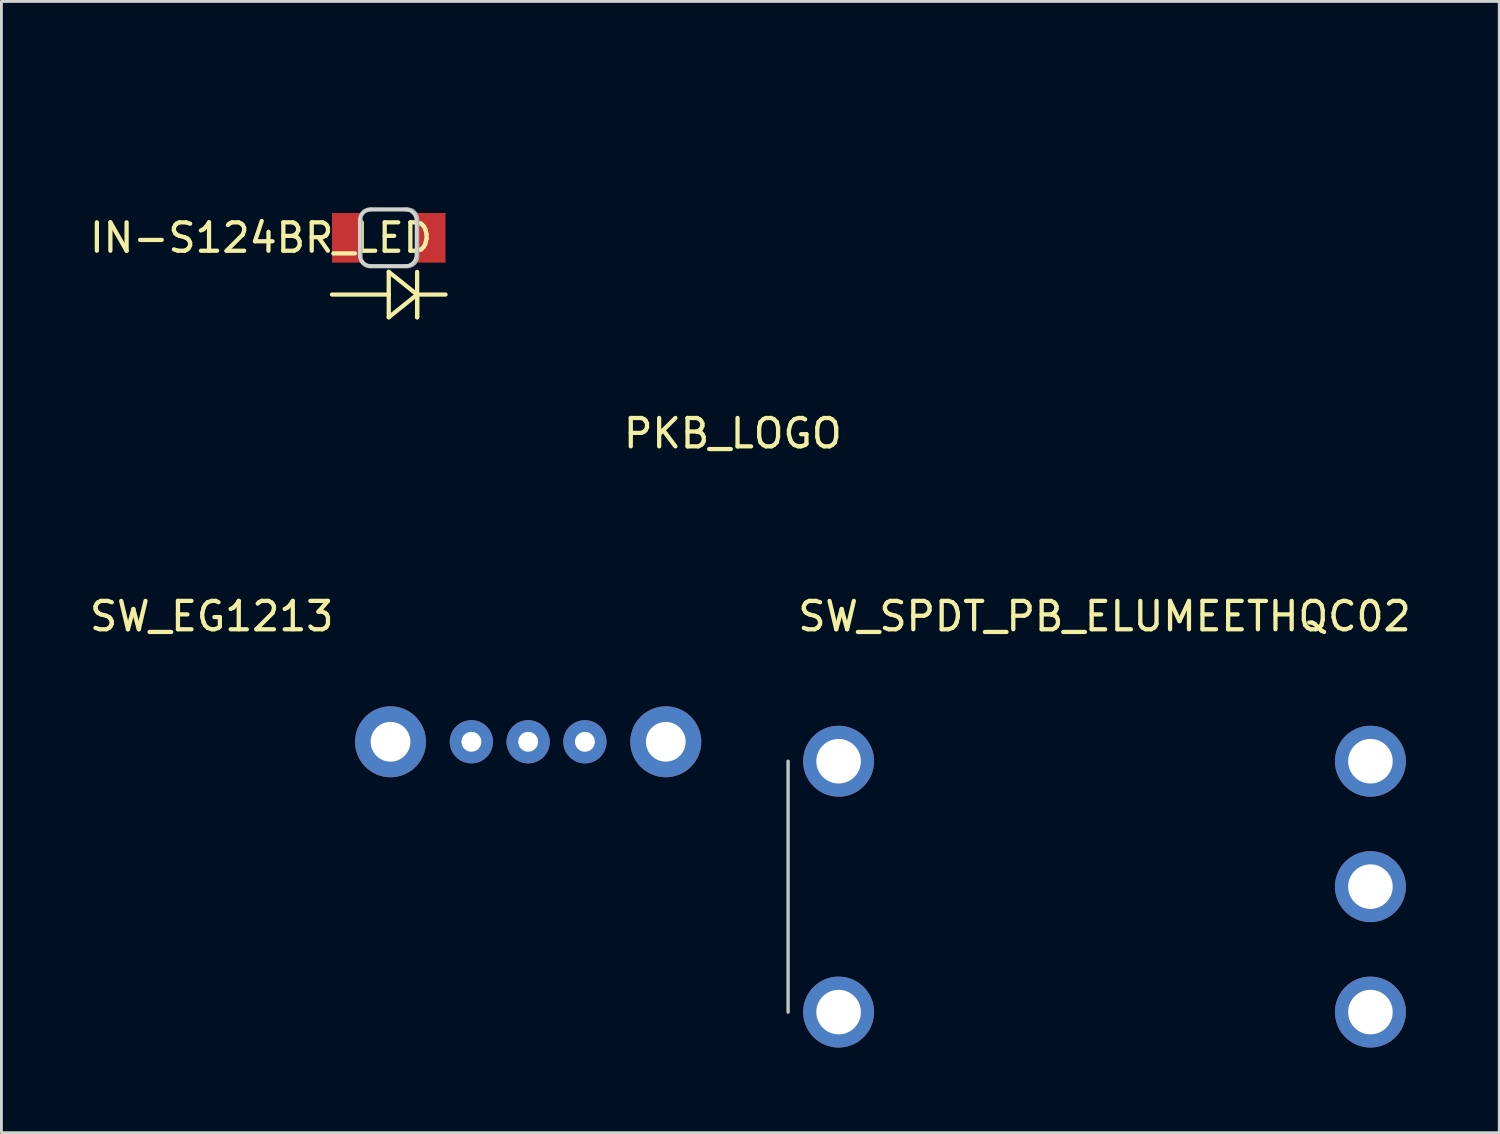
<source format=kicad_pcb>
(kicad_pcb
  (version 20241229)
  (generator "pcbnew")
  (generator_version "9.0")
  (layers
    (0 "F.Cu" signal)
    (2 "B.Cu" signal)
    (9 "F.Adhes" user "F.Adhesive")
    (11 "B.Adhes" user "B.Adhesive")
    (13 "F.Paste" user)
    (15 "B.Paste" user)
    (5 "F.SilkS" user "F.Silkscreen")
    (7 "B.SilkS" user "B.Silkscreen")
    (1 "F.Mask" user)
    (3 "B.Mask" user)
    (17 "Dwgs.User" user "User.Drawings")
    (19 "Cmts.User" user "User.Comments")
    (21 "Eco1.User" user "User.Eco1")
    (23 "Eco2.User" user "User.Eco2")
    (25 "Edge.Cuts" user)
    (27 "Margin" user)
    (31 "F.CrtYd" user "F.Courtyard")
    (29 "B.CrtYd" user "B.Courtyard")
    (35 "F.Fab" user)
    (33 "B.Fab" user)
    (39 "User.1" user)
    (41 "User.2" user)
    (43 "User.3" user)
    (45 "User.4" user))
  (footprint "PKB_LOGO"
    (layer "F.Cu")
    (at 23.773 7.164)
    (property "Reference" "PKB_LOGO" (at -1 5.06 0) (layer "F.SilkS") (effects (font (size 1 1) (thickness 0.15))))
    (attr through_hole)
    (fp_line (start -8.024 3.996) (end -8.024 -3.504) (stroke (width 0.05) (type solid)) (layer "F.Mask"))
    (fp_line (start -7.304 -3.504) (end -7.304 3.996) (stroke (width 0.05) (type solid)) (layer "F.Mask"))
    (fp_line (start -6.955 6.564) (end -6.957 6.563) (stroke (width 0.05) (type solid)) (layer "F.Mask"))
    (fp_line (start -4.914 -2.39) (end -4.914 2.884) (stroke (width 0.05) (type solid)) (layer "F.Mask"))
    (fp_line (start -4.914 2.884) (end -4.213 2.884) (stroke (width 0.05) (type solid)) (layer "F.Mask"))
    (fp_line (start -4.389 -7.139) (end 3.111 -7.139) (stroke (width 0.05) (type solid)) (layer "F.Mask"))
    (fp_line (start -4.389 6.911) (end 3.111 6.911) (stroke (width 0.05) (type solid)) (layer "F.Mask"))
    (fp_line (start -4.213 -1.735) (end -3 -1.735) (stroke (width 0.05) (type solid)) (layer "F.Mask"))
    (fp_line (start -4.213 0.344) (end -4.213 -1.735) (stroke (width 0.05) (type solid)) (layer "F.Mask"))
    (fp_line (start -4.213 1) (end -3 1) (stroke (width 0.05) (type solid)) (layer "F.Mask"))
    (fp_line (start -4.213 2.884) (end -4.213 1) (stroke (width 0.05) (type solid)) (layer "F.Mask"))
    (fp_line (start -3 -2.39) (end -4.914 -2.39) (stroke (width 0.05) (type solid)) (layer "F.Mask"))
    (fp_line (start -3 0.344) (end -4.213 0.344) (stroke (width 0.05) (type solid)) (layer "F.Mask"))
    (fp_line (start 0.356 -2.39) (end 0.356 2.884) (stroke (width 0.05) (type solid)) (layer "F.Mask"))
    (fp_line (start 0.356 2.884) (end 1.057 2.884) (stroke (width 0.05) (type solid)) (layer "F.Mask"))
    (fp_line (start 1.057 -2.39) (end 0.356 -2.39) (stroke (width 0.05) (type solid)) (layer "F.Mask"))
    (fp_line (start 1.057 -0.771) (end 1.057 -2.39) (stroke (width 0.05) (type solid)) (layer "F.Mask"))
    (fp_line (start 1.057 -0.009) (end 1.057 -0.771) (stroke (width 0.05) (type solid)) (layer "F.Mask"))
    (fp_line (start 1.057 0.199) (end 3.067 2.374) (stroke (width 0.05) (type solid)) (layer "F.Mask"))
    (fp_line (start 1.057 0.352) (end 1.057 -0.009) (stroke (width 0.05) (type solid)) (layer "F.Mask"))
    (fp_line (start 1.057 1.195) (end 1.057 0.352) (stroke (width 0.05) (type solid)) (layer "F.Mask"))
    (fp_line (start 1.057 2.884) (end 1.057 1.195) (stroke (width 0.05) (type solid)) (layer "F.Mask"))
    (fp_line (start 1.249 -0.009) (end 1.057 0.199) (stroke (width 0.05) (type solid)) (layer "F.Mask"))
    (fp_line (start 2.247 -0.123) (end 4.308 -2.39) (stroke (width 0.05) (type solid)) (layer "F.Mask"))
    (fp_line (start 2.287 0.518) (end 6.727 0.518) (stroke (width 0.05) (type solid)) (layer "F.Mask"))
    (fp_line (start 3.067 2.374) (end 3.525 2.884) (stroke (width 0.05) (type solid)) (layer "F.Mask"))
    (fp_line (start 3.111 -6.418) (end -4.389 -6.418) (stroke (width 0.05) (type solid)) (layer "F.Mask"))
    (fp_line (start 3.111 7.632) (end -4.389 7.632) (stroke (width 0.05) (type solid)) (layer "F.Mask"))
    (fp_line (start 3.127 -2.042) (end 1.249 -0.009) (stroke (width 0.05) (type solid)) (layer "F.Mask"))
    (fp_line (start 3.449 -2.39) (end 3.127 -2.042) (stroke (width 0.05) (type solid)) (layer "F.Mask"))
    (fp_line (start 3.525 2.884) (end 4.383 2.884) (stroke (width 0.05) (type solid)) (layer "F.Mask"))
    (fp_line (start 4.308 -2.39) (end 3.449 -2.39) (stroke (width 0.05) (type solid)) (layer "F.Mask"))
    (fp_line (start 4.383 2.884) (end 2.287 0.518) (stroke (width 0.05) (type solid)) (layer "F.Mask"))
    (fp_line (start 5.171 -5.562) (end 5.169 -5.563) (stroke (width 0.05) (type solid)) (layer "F.Mask"))
    (fp_line (start 5.677 -6.071) (end 5.678 -6.071) (stroke (width 0.05) (type solid)) (layer "F.Mask"))
    (fp_line (start 5.678 -6.071) (end 5.679 -6.07) (stroke (width 0.05) (type solid)) (layer "F.Mask"))
    (fp_line (start 6.018 4.203) (end 6.741 4.203) (stroke (width 0.05) (type solid)) (layer "F.Mask"))
    (fp_line (start 6.026 -2.39) (end 6.026 -0.763) (stroke (width 0.05) (type solid)) (layer "F.Mask"))
    (fp_line (start 6.026 -0.763) (end 6.727 -0.763) (stroke (width 0.05) (type solid)) (layer "F.Mask"))
    (fp_line (start 6.026 1.158) (end 6.026 2.884) (stroke (width 0.05) (type solid)) (layer "F.Mask"))
    (fp_line (start 6.026 2.884) (end 8.301 2.884) (stroke (width 0.05) (type solid)) (layer "F.Mask"))
    (fp_line (start 6.727 -1.735) (end 8.135 -1.735) (stroke (width 0.05) (type solid)) (layer "F.Mask"))
    (fp_line (start 6.727 -0.763) (end 6.727 -1.735) (stroke (width 0.05) (type solid)) (layer "F.Mask"))
    (fp_line (start 6.727 -0.123) (end 2.247 -0.123) (stroke (width 0.05) (type solid)) (layer "F.Mask"))
    (fp_line (start 6.727 0.518) (end 7.514 0.518) (stroke (width 0.05) (type solid)) (layer "F.Mask"))
    (fp_line (start 6.727 1.158) (end 6.026 1.158) (stroke (width 0.05) (type solid)) (layer "F.Mask"))
    (fp_line (start 6.727 2.228) (end 6.727 1.158) (stroke (width 0.05) (type solid)) (layer "F.Mask"))
    (fp_line (start 6.741 -3.71) (end 6.019 -3.71) (stroke (width 0.05) (type solid)) (layer "F.Mask"))
    (fp_line (start 7.514 -0.123) (end 6.727 -0.123) (stroke (width 0.05) (type solid)) (layer "F.Mask"))
    (fp_line (start 7.514 0.518) (end 8.301 0.518) (stroke (width 0.05) (type solid)) (layer "F.Mask"))
    (fp_line (start 8.135 -2.39) (end 6.026 -2.39) (stroke (width 0.05) (type solid)) (layer "F.Mask"))
    (fp_line (start 8.135 -0.123) (end 7.514 -0.123) (stroke (width 0.05) (type solid)) (layer "F.Mask"))
    (fp_line (start 8.301 2.228) (end 6.727 2.228) (stroke (width 0.05) (type solid)) (layer "F.Mask"))
    (fp_poly (pts (xy 0.37 -2.37) (xy 0.37 2.86) (xy 0.42 2.87) (xy 1.04 2.87) (xy 1.04 -2.37) (xy 0.44 -2.37)) (stroke (width 0.001) (type solid)) (fill yes) (layer "F.Mask"))
    (fp_poly (pts (xy -4.9 -2.37) (xy -4.9 2.86) (xy -4.89 2.87) (xy -4.23 2.87) (xy -4.23 2.76) (xy -4.23 -1.73) (xy -4.23 -2.37)) (stroke (width 0.001) (type solid)) (fill yes) (layer "F.Mask"))
    (fp_poly (pts (xy -4.25 -1.75) (xy -3.56 -1.75) (xy -2.8 -1.75) (xy -1.67 -1.75) (xy -1.81 -1.9) (xy -2.02 -2.09) (xy -2.41 -2.28) (xy -2.82 -2.37) (xy -3.08 -2.37) (xy -4.25 -2.37)) (stroke (width 0.001) (type solid)) (fill yes) (layer "F.Mask"))
    (fp_poly (pts (xy -4.25 0.98) (xy -3.95 0.98) (xy -2.89 0.98) (xy -2.56 0.93) (xy -2.22 0.81) (xy -2.01 0.68) (xy -1.77 0.47) (xy -1.63 0.3) (xy -1.48 0.07) (xy -1.4 -0.15) (xy -1.34 -0.41) (xy -1.31 -0.71) (xy -1.35 -1.11) (xy -1.47 -1.44) (xy -1.6 -1.66) (xy -1.68 -1.76) (xy -2.86 -1.76) (xy -2.86 -1.74) (xy -2.77 -1.73) (xy -2.62 -1.69) (xy -2.47 -1.62) (xy -2.3 -1.48) (xy -2.17 -1.33) (xy -2.08 -1.18) (xy -2 -0.96) (xy -1.98 -0.79) (xy -1.98 -0.62) (xy -2 -0.45) (xy -2.05 -0.27) (xy -2.17 -0.06) (xy -2.3 0.1) (xy -2.5 0.24) (xy -2.66 0.31) (xy -2.85 0.35) (xy -3.06 0.36) (xy -4.25 0.36)) (stroke (width 0.001) (type solid)) (fill yes) (layer "F.Mask"))
    (fp_poly (pts (xy 6.02 -3.72) (xy 6.74 -3.72) (xy 6.6 -4.57) (xy 6.16 -5.5) (xy 5.47 -6.29) (xy 4.64 -6.81) (xy 3.76 -7.1) (xy 3.09 -7.16) (xy -4.38 -7.16) (xy -5.37 -7.02) (xy -6.3 -6.61) (xy -7.08 -5.97) (xy -7.66 -5.12) (xy -7.98 -4.18) (xy -8.04 -3.28) (xy -8.04 4) (xy -7.91 4.96) (xy -7.55 5.82) (xy -6.92 6.62) (xy -6.1 7.22) (xy -5.14 7.57) (xy -4.36 7.65) (xy -2.67 7.65) (xy 3.11 7.65) (xy 4.13 7.5) (xy 5.05 7.09) (xy 5.81 6.45) (xy 6.37 5.64) (xy 6.65 4.9) (xy 6.74 4.39) (xy 6.74 4.21) (xy 6.02 4.21) (xy 5.91 4.82) (xy 5.61 5.51) (xy 5.11 6.13) (xy 4.39 6.63) (xy 3.55 6.9) (xy 2.97 6.93) (xy -4.41 6.93) (xy -5.3 6.78) (xy -6.05 6.41) (xy -6.7 5.8) (xy -7.11 5.09) (xy -7.28 4.47) (xy -7.32 3.98) (xy -7.31 -3.69) (xy -7.17 -4.42) (xy -6.85 -5.09) (xy -6.32 -5.68) (xy -5.87 -6.01) (xy -5.18 -6.32) (xy -4.5 -6.41) (xy 3.21 -6.43) (xy 4.04 -6.28) (xy 4.79 -5.91) (xy 5.28 -5.43) (xy 5.61 -5.03) (xy 5.9 -4.36) (xy 6 -3.86)) (stroke (width 0.0001) (type solid)) (fill yes) (layer "F.Mask"))
    (fp_poly (pts (xy 3.45 -2.38) (xy 1.08 0.2) (xy 1.14 0.26) (xy 3.53 2.87) (xy 4.33 2.87) (xy 4.34 2.85) (xy 3.77 2.22) (xy 2.28 0.52) (xy 2.35 0.5) (xy 3.03 0.5) (xy 8.32 0.5) (xy 8.55 0.54) (xy 8.76 0.63) (xy 8.99 0.85) (xy 9.13 1.16) (xy 9.15 1.36) (xy 9.14 1.51) (xy 9.09 1.71) (xy 8.97 1.91) (xy 8.81 2.07) (xy 8.54 2.21) (xy 8.37 2.24) (xy 6.73 2.24) (xy 6.71 2.15) (xy 6.71 1.17) (xy 6.04 1.17) (xy 6.04 2.84) (xy 6.04 2.87) (xy 8.28 2.87) (xy 8.59 2.84) (xy 8.86 2.77) (xy 9.15 2.63) (xy 9.45 2.37) (xy 9.69 2.03) (xy 9.78 1.71) (xy 9.82 1.39) (xy 9.79 1.15) (xy 9.73 0.86) (xy 9.52 0.53) (xy 9.35 0.36) (xy 9.16 0.23) (xy 9.03 0.15) (xy 9.05 0.12) (xy 9.25 -0.05) (xy 9.4 -0.24) (xy 9.49 -0.43) (xy 9.57 -0.66) (xy 9.6 -0.93) (xy 9.58 -1.15) (xy 9.53 -1.4) (xy 9.39 -1.7) (xy 9.23 -1.9) (xy 9.04 -2.08) (xy 8.75 -2.25) (xy 8.5 -2.33) (xy 8.26 -2.37) (xy 8.1 -2.37) (xy 6.04 -2.37) (xy 6.04 -0.78) (xy 6.71 -0.78) (xy 6.71 -1.73) (xy 6.76 -1.75) (xy 8.17 -1.75) (xy 8.43 -1.69) (xy 8.71 -1.51) (xy 8.84 -1.31) (xy 8.89 -1.18) (xy 8.92 -1.06) (xy 8.93 -0.91) (xy 8.9 -0.71) (xy 8.85 -0.55) (xy 8.75 -0.4) (xy 8.64 -0.29) (xy 8.49 -0.18) (xy 8.36 -0.13) (xy 8.16 -0.11) (xy 7.34 -0.11) (xy 2.25 -0.11) (xy 2.25 -0.14) (xy 2.28 -0.18) (xy 2.75 -0.7) (xy 3.44 -1.46) (xy 4.26 -2.37)) (stroke (width 0.001) (type solid)) (fill yes) (layer "F.Mask"))
    (fp_curve (pts (xy -8.024 -3.504) (xy -8.024 -4.504) (xy -7.615 -5.413) (xy -6.957 -6.071)) (stroke (width 0.05) (type solid)) (layer "F.Mask"))
    (fp_curve (pts (xy -7.304 3.996) (xy -7.304 4.798) (xy -6.976 5.527) (xy -6.448 6.055)) (stroke (width 0.05) (type solid)) (layer "F.Mask"))
    (fp_curve (pts (xy -6.957 -6.071) (xy -6.298 -6.73) (xy -5.389 -7.139) (xy -4.389 -7.139)) (stroke (width 0.05) (type solid)) (layer "F.Mask"))
    (fp_curve (pts (xy -6.957 6.563) (xy -7.615 5.904) (xy -8.024 4.996) (xy -8.024 3.996)) (stroke (width 0.05) (type solid)) (layer "F.Mask"))
    (fp_curve (pts (xy -6.448 6.055) (xy -5.92 6.583) (xy -5.19 6.911) (xy -4.389 6.911)) (stroke (width 0.05) (type solid)) (layer "F.Mask"))
    (fp_curve (pts (xy -6.447 -5.562) (xy -6.975 -5.034) (xy -7.304 -4.305) (xy -7.304 -3.504)) (stroke (width 0.05) (type solid)) (layer "F.Mask"))
    (fp_curve (pts (xy -4.389 -6.418) (xy -5.19 -6.418) (xy -5.919 -6.09) (xy -6.447 -5.562)) (stroke (width 0.05) (type solid)) (layer "F.Mask"))
    (fp_curve (pts (xy -4.389 7.632) (xy -5.388 7.632) (xy -6.297 7.222) (xy -6.955 6.564)) (stroke (width 0.05) (type solid)) (layer "F.Mask"))
    (fp_curve (pts (xy -3 -1.735) (xy -2.42 -1.735) (xy -1.991 -1.298) (xy -1.991 -0.695)) (stroke (width 0.05) (type solid)) (layer "F.Mask"))
    (fp_curve (pts (xy -3 1) (xy -2.028 1) (xy -1.297 0.262) (xy -1.297 -0.695)) (stroke (width 0.05) (type solid)) (layer "F.Mask"))
    (fp_curve (pts (xy -1.991 -0.695) (xy -1.991 -0.1) (xy -2.42 0.344) (xy -3 0.344)) (stroke (width 0.05) (type solid)) (layer "F.Mask"))
    (fp_curve (pts (xy -1.297 -0.695) (xy -1.297 -1.659) (xy -2.028 -2.39) (xy -3 -2.39)) (stroke (width 0.05) (type solid)) (layer "F.Mask"))
    (fp_curve (pts (xy 3.111 -7.139) (xy 4.109 -7.139) (xy 5.018 -6.73) (xy 5.677 -6.071)) (stroke (width 0.05) (type solid)) (layer "F.Mask"))
    (fp_curve (pts (xy 3.111 6.911) (xy 3.912 6.911) (xy 4.642 6.583) (xy 5.169 6.055)) (stroke (width 0.05) (type solid)) (layer "F.Mask"))
    (fp_curve (pts (xy 5.169 -5.563) (xy 4.642 -6.091) (xy 3.913 -6.418) (xy 3.111 -6.418)) (stroke (width 0.05) (type solid)) (layer "F.Mask"))
    (fp_curve (pts (xy 5.169 6.055) (xy 5.652 5.572) (xy 5.967 4.922) (xy 6.018 4.203)) (stroke (width 0.05) (type solid)) (layer "F.Mask"))
    (fp_curve (pts (xy 5.679 -6.07) (xy 6.292 -5.456) (xy 6.689 -4.627) (xy 6.741 -3.71)) (stroke (width 0.05) (type solid)) (layer "F.Mask"))
    (fp_curve (pts (xy 5.679 6.564) (xy 5.021 7.222) (xy 4.111 7.632) (xy 3.111 7.632)) (stroke (width 0.05) (type solid)) (layer "F.Mask"))
    (fp_curve (pts (xy 6.019 -3.71) (xy 5.968 -4.43) (xy 5.653 -5.08) (xy 5.171 -5.562)) (stroke (width 0.05) (type solid)) (layer "F.Mask"))
    (fp_curve (pts (xy 6.741 4.203) (xy 6.689 5.121) (xy 6.292 5.951) (xy 5.679 6.564)) (stroke (width 0.05) (type solid)) (layer "F.Mask"))
    (fp_curve (pts (xy 8.135 -1.735) (xy 8.572 -1.735) (xy 8.919 -1.373) (xy 8.919 -0.928)) (stroke (width 0.05) (type solid)) (layer "F.Mask"))
    (fp_curve (pts (xy 8.301 0.518) (xy 8.768 0.518) (xy 9.137 0.894) (xy 9.137 1.369)) (stroke (width 0.05) (type solid)) (layer "F.Mask"))
    (fp_curve (pts (xy 8.301 2.884) (xy 9.153 2.884) (xy 9.83 2.236) (xy 9.83 1.392)) (stroke (width 0.05) (type solid)) (layer "F.Mask"))
    (fp_curve (pts (xy 8.919 -0.928) (xy 8.919 -0.476) (xy 8.572 -0.123) (xy 8.135 -0.123)) (stroke (width 0.05) (type solid)) (layer "F.Mask"))
    (fp_curve (pts (xy 9.039 0.149) (xy 9.386 -0.092) (xy 9.612 -0.476) (xy 9.612 -0.951)) (stroke (width 0.05) (type solid)) (layer "F.Mask"))
    (fp_curve (pts (xy 9.137 1.369) (xy 9.137 1.852) (xy 8.768 2.228) (xy 8.301 2.228)) (stroke (width 0.05) (type solid)) (layer "F.Mask"))
    (fp_curve (pts (xy 9.612 -0.951) (xy 9.612 -1.765) (xy 8.957 -2.39) (xy 8.135 -2.39)) (stroke (width 0.05) (type solid)) (layer "F.Mask"))
    (fp_curve (pts (xy 9.83 1.392) (xy 9.83 0.819) (xy 9.514 0.375) (xy 9.039 0.149)) (stroke (width 0.05) (type solid)) (layer "F.Mask")))
  (footprint "SW_EG1213"
    (layer "F.Cu")
    (at 15.561 23.089)
    (property "Reference" "SW_EG1213" (at -11.15 -4.42 0) (layer "F.SilkS") (effects (font (size 1 1) (thickness 0.15))))
    (attr through_hole)
    (pad "" thru_hole circle (at -4.85 0) (size 2.5 2.5) (drill 1.4) (layers "*.Cu" "*.Mask"))
    (pad "" thru_hole circle (at 4.85 0) (size 2.5 2.5) (drill 1.4) (layers "*.Cu" "*.Mask"))
    (pad "1" thru_hole circle (at -2 0) (size 1.524 1.524) (drill 0.7) (layers "*.Cu" "*.Mask"))
    (pad "2" thru_hole circle (at 0 0) (size 1.524 1.524) (drill 0.7) (layers "*.Cu" "*.Mask"))
    (pad "3" thru_hole circle (at 2 0) (size 1.524 1.524) (drill 0.7) (layers "*.Cu" "*.Mask")))
  (footprint "SW_SPDT_PB_ELUMEETHQC02"
    (layer "F.Cu")
    (at 35.871 28.194)
    (property "Reference" "SW_SPDT_PB_ELUMEETHQC02" (at 0 -9.525 0) (layer "F.SilkS") (effects (font (size 1 1) (thickness 0.15))))
    (attr through_hole)
    (fp_line (start -11.15 -4.42) (end -11.15 4.42) (stroke (width 0.12) (type solid)) (layer "Dwgs.User"))
    (pad "1" thru_hole circle (at 9.37 4.42) (size 2.5 2.5) (drill 1.57) (layers "*.Cu" "*.Mask"))
    (pad "2" thru_hole circle (at 9.37 0) (size 2.5 2.5) (drill 1.57) (layers "*.Cu" "*.Mask"))
    (pad "3" thru_hole circle (at 9.37 -4.42) (size 2.5 2.5) (drill 1.57) (layers "*.Cu" "*.Mask"))
    (pad "4" thru_hole circle (at -9.37 -4.42) (size 2.5 2.5) (drill 1.57) (layers "*.Cu" "*.Mask"))
    (pad "5" thru_hole circle (at -9.37 4.42) (size 2.5 2.5) (drill 1.57) (layers "*.Cu" "*.Mask")))
  (footprint "IN-S124BR_LED"
    (layer "F.Cu")
    (at 10.649 0.25)
    (property "Reference" "IN-S124BR_LED" (at -4.5 5.08 0) (layer "F.SilkS") (effects (font (size 1 1) (thickness 0.15))))
    (attr through_hole)
    (fp_line (start -2 7.08) (end 0 7.08) (stroke (width 0.15) (type solid)) (layer "F.SilkS"))
    (fp_line (start 0 6.28) (end 1 7.08) (stroke (width 0.15) (type solid)) (layer "F.SilkS"))
    (fp_line (start 0 7.08) (end 0 6.28) (stroke (width 0.15) (type solid)) (layer "F.SilkS"))
    (fp_line (start 0 7.88) (end 0 7.08) (stroke (width 0.15) (type solid)) (layer "F.SilkS"))
    (fp_line (start 1 6.28) (end 1 7.88) (stroke (width 0.15) (type solid)) (layer "F.SilkS"))
    (fp_line (start 1 7.08) (end 0 7.88) (stroke (width 0.15) (type solid)) (layer "F.SilkS"))
    (fp_line (start 1 7.08) (end 2 7.08) (stroke (width 0.15) (type solid)) (layer "F.SilkS"))
    (fp_line (start 1 7.88) (end 1 7.08) (stroke (width 0.15) (type solid)) (layer "F.SilkS"))
    (fp_line (start -1.025 5.68) (end -1.025 4.48) (stroke (width 0.12) (type solid)) (layer "Edge.Cuts"))
    (fp_line (start -0.625 4.08) (end 0.575 4.08) (stroke (width 0.12) (type solid)) (layer "Edge.Cuts"))
    (fp_line (start -0.625 6.08) (end 0.575 6.08) (stroke (width 0.12) (type solid)) (layer "Edge.Cuts"))
    (fp_line (start 0.975 5.68) (end 0.975 4.48) (stroke (width 0.12) (type solid)) (layer "Edge.Cuts"))
    (fp_arc (start -1.025 4.48) (mid -0.907843 4.197157) (end -0.625 4.08) (stroke (width 0.12) (type solid)) (layer "Edge.Cuts"))
    (fp_arc (start -0.625 6.08) (mid -0.907843 5.962843) (end -1.025 5.68) (stroke (width 0.12) (type solid)) (layer "Edge.Cuts"))
    (fp_arc (start 0.575 4.08) (mid 0.857843 4.197157) (end 0.975 4.48) (stroke (width 0.12) (type solid)) (layer "Edge.Cuts"))
    (fp_arc (start 0.975 5.68) (mid 0.857843 5.962843) (end 0.575 6.08) (stroke (width 0.12) (type solid)) (layer "Edge.Cuts"))
    (fp_line (start -1 4.455) (end -1 5.705) (stroke (width 0.15) (type solid)) (layer "F.Fab"))
    (fp_line (start -0.625 6.08) (end 0.625 6.08) (stroke (width 0.15) (type solid)) (layer "F.Fab"))
    (fp_line (start 0.625 4.08) (end -0.625 4.08) (stroke (width 0.15) (type solid)) (layer "F.Fab"))
    (fp_line (start 1 5.705) (end 1 4.455) (stroke (width 0.15) (type solid)) (layer "F.Fab"))
    (fp_arc (start -1 4.43) (mid -0.897487 4.182513) (end -0.65 4.08) (stroke (width 0.15) (type solid)) (layer "F.Fab"))
    (fp_arc (start -0.65 6.08) (mid -0.897487 5.977487) (end -1 5.73) (stroke (width 0.15) (type solid)) (layer "F.Fab"))
    (fp_arc (start 0.65 4.08) (mid 0.897487 4.182513) (end 1 4.43) (stroke (width 0.15) (type solid)) (layer "F.Fab"))
    (fp_arc (start 1 5.73) (mid 0.897487 5.977487) (end 0.65 6.08) (stroke (width 0.15) (type solid)) (layer "F.Fab"))
    (pad "1" smd rect (at 1.5 5.08) (size 1 1.75) (layers "F.Cu" "F.Mask" "F.Paste"))
    (pad "2" smd rect (at -1.5 5.08) (size 1 1.75) (layers "F.Cu" "F.Mask" "F.Paste")))
  (gr_rect
    (start -3 -3)
    (end 49.781 36.864)
    (stroke (width 0.1) (type default))
    (fill no)
    (layer "Edge.Cuts")))
</source>
